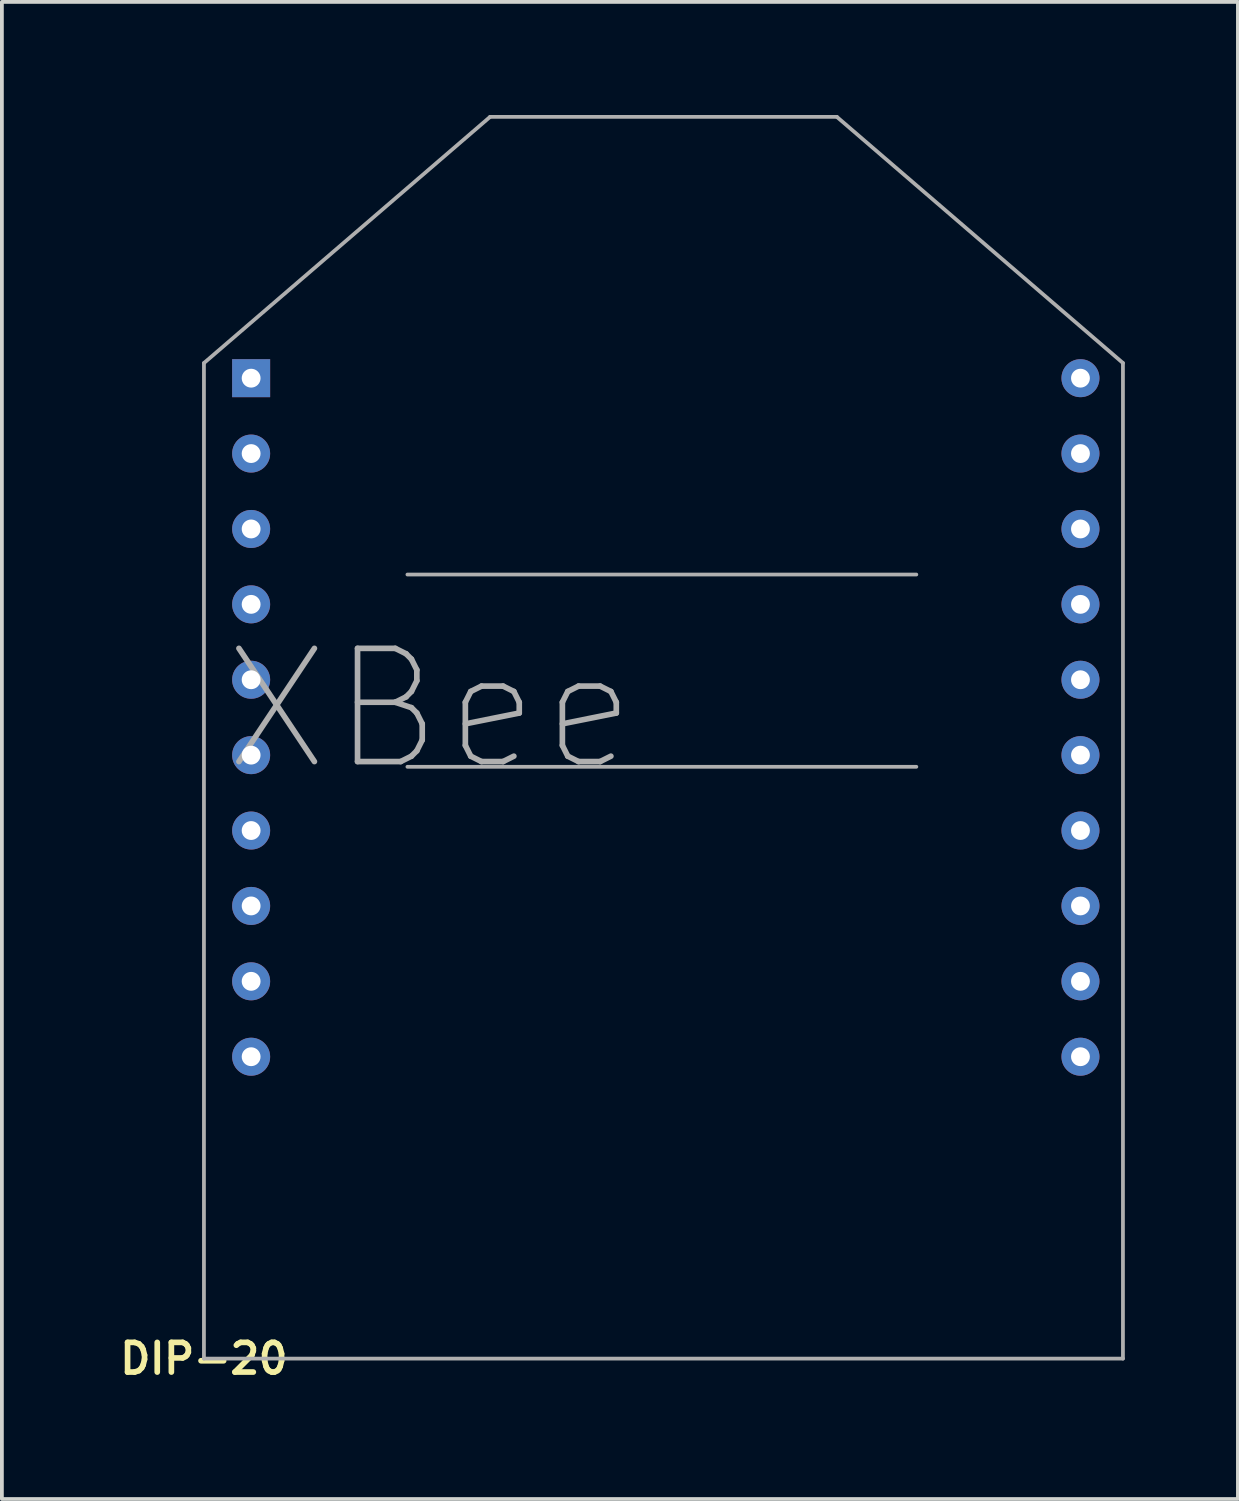
<source format=kicad_pcb>
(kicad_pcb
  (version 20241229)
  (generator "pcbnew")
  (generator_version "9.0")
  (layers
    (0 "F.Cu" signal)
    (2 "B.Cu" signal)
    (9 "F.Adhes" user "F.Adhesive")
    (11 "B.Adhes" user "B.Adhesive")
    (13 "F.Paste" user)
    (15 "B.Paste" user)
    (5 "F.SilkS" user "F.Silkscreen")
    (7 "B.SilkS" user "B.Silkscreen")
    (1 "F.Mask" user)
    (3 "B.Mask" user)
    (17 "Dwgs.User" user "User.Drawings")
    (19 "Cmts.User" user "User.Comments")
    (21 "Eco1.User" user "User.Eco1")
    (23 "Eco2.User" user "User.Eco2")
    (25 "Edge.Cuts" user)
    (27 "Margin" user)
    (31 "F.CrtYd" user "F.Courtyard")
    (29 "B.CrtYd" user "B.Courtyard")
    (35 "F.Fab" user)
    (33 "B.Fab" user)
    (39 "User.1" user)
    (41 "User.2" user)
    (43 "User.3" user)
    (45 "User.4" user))
  (footprint "DIP-20"
    (layer "F.Cu")
    (at 2.358 32.991)
    (property "Reference" "DIP-20" (at 0 0 0) (layer "F.SilkS") (effects (font (size 0.787 0.787) (thickness 0.15))))
    (attr through_hole)
    (fp_line (start 0.002 -26.41) (end 0.002 -0.001) (stroke (width 0.1) (type solid)) (layer "F.Fab"))
    (fp_line (start 0.002 -0.001) (end 24.381 -0.001) (stroke (width 0.1) (type solid)) (layer "F.Fab"))
    (fp_line (start 5.4 -20.8) (end 18.9 -20.8) (stroke (width 0.1) (type solid)) (layer "F.Fab"))
    (fp_line (start 5.4 -15.7) (end 18.9 -15.7) (stroke (width 0.1) (type solid)) (layer "F.Fab"))
    (fp_line (start 7.593 -32.941) (end 0.002 -26.41) (stroke (width 0.1) (type solid)) (layer "F.Fab"))
    (fp_line (start 16.791 -32.941) (end 7.593 -32.941) (stroke (width 0.1) (type solid)) (layer "F.Fab"))
    (fp_line (start 24.381 -26.411) (end 16.791 -32.941) (stroke (width 0.1) (type solid)) (layer "F.Fab"))
    (fp_line (start 24.381 -0.001) (end 24.381 -26.411) (stroke (width 0.1) (type solid)) (layer "F.Fab"))
    (fp_text user "XBee" (at 6.007 -17.22 0) (layer "F.Fab") (effects (font (size 3.003 3.003) (thickness 0.15))))
    (pad "1" thru_hole rect (at 1.254 -26.009) (size 1.008 1.008) (drill 0.5) (layers "*.Cu" "*.Mask"))
    (pad "2" thru_hole circle (at 1.254 -24.009) (size 1.008 1.008) (drill 0.5) (layers "*.Cu" "*.Mask"))
    (pad "3" thru_hole circle (at 1.254 -22.009) (size 1.008 1.008) (drill 0.5) (layers "*.Cu" "*.Mask"))
    (pad "4" thru_hole circle (at 1.254 -20.009) (size 1.008 1.008) (drill 0.5) (layers "*.Cu" "*.Mask"))
    (pad "5" thru_hole circle (at 1.254 -18.009) (size 1.008 1.008) (drill 0.5) (layers "*.Cu" "*.Mask"))
    (pad "6" thru_hole circle (at 1.254 -16.009) (size 1.008 1.008) (drill 0.5) (layers "*.Cu" "*.Mask"))
    (pad "7" thru_hole circle (at 1.254 -14.009) (size 1.008 1.008) (drill 0.5) (layers "*.Cu" "*.Mask"))
    (pad "8" thru_hole circle (at 1.254 -12.009) (size 1.008 1.008) (drill 0.5) (layers "*.Cu" "*.Mask"))
    (pad "9" thru_hole circle (at 1.254 -10.009) (size 1.008 1.008) (drill 0.5) (layers "*.Cu" "*.Mask"))
    (pad "10" thru_hole circle (at 1.254 -8.009) (size 1.008 1.008) (drill 0.5) (layers "*.Cu" "*.Mask"))
    (pad "11" thru_hole circle (at 23.254 -8.009) (size 1.008 1.008) (drill 0.5) (layers "*.Cu" "*.Mask"))
    (pad "12" thru_hole circle (at 23.254 -10.009) (size 1.008 1.008) (drill 0.5) (layers "*.Cu" "*.Mask"))
    (pad "13" thru_hole circle (at 23.254 -12.009) (size 1.008 1.008) (drill 0.5) (layers "*.Cu" "*.Mask"))
    (pad "14" thru_hole circle (at 23.254 -14.009) (size 1.008 1.008) (drill 0.5) (layers "*.Cu" "*.Mask"))
    (pad "15" thru_hole circle (at 23.254 -16.009) (size 1.008 1.008) (drill 0.5) (layers "*.Cu" "*.Mask"))
    (pad "16" thru_hole circle (at 23.254 -18.009) (size 1.008 1.008) (drill 0.5) (layers "*.Cu" "*.Mask"))
    (pad "17" thru_hole circle (at 23.254 -20.009) (size 1.008 1.008) (drill 0.5) (layers "*.Cu" "*.Mask"))
    (pad "18" thru_hole circle (at 23.254 -22.009) (size 1.008 1.008) (drill 0.5) (layers "*.Cu" "*.Mask"))
    (pad "19" thru_hole circle (at 23.254 -24.009) (size 1.008 1.008) (drill 0.5) (layers "*.Cu" "*.Mask"))
    (pad "20" thru_hole circle (at 23.254 -26.009) (size 1.008 1.008) (drill 0.5) (layers "*.Cu" "*.Mask")))
  (gr_rect
    (start -3 -3)
    (end 29.789 36.715)
    (stroke (width 0.1) (type default))
    (fill no)
    (layer "Edge.Cuts")))
</source>
